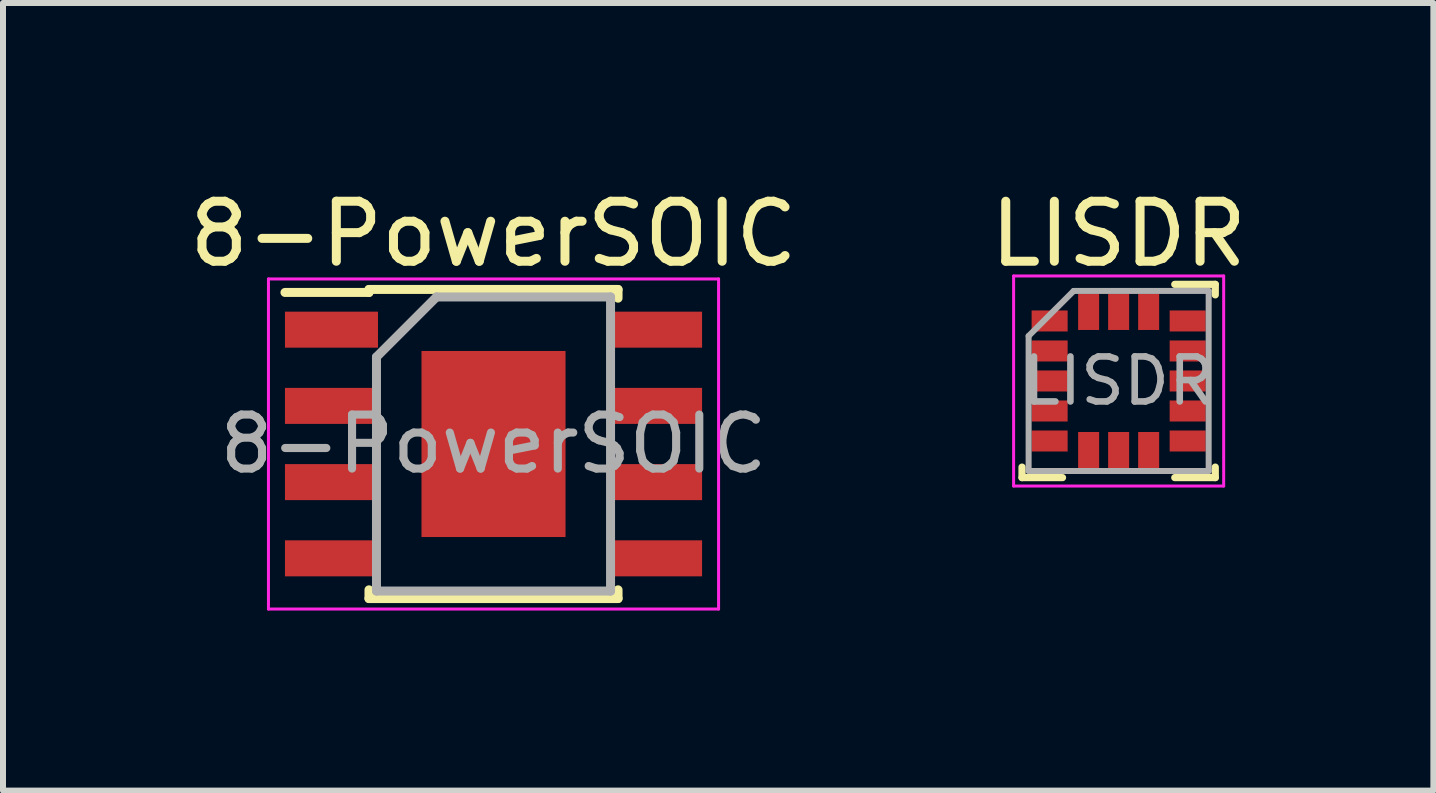
<source format=kicad_pcb>
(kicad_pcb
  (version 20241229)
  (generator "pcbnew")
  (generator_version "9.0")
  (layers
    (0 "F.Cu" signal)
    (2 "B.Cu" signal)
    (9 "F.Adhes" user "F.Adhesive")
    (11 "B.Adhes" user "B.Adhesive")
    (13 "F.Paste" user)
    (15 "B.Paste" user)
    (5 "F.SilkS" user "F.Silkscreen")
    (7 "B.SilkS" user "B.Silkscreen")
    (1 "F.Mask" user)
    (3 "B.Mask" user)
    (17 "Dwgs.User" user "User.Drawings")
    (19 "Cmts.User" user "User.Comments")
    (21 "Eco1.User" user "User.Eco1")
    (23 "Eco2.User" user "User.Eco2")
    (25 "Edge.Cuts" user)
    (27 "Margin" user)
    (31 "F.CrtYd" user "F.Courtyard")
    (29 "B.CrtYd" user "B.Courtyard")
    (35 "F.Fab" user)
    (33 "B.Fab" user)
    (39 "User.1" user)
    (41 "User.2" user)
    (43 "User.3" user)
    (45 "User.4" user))
  (footprint "LISDR"
    (layer "F.Cu")
    (at 15.589 3.298)
    (property "Reference" "LISDR" (at 0 -2.45 0) (layer "F.SilkS") (effects (font (size 1 1) (thickness 0.15))))
    (attr smd)
    (fp_line (start -1.61 1.61) (end -1.61 1.435) (stroke (width 0.12) (type solid)) (layer "F.SilkS"))
    (fp_line (start -0.935 1.61) (end -1.61 1.61) (stroke (width 0.12) (type solid)) (layer "F.SilkS"))
    (fp_line (start 0.935 -1.61) (end 1.61 -1.61) (stroke (width 0.12) (type solid)) (layer "F.SilkS"))
    (fp_line (start 0.935 1.61) (end 1.61 1.61) (stroke (width 0.12) (type solid)) (layer "F.SilkS"))
    (fp_line (start 1.61 -1.61) (end 1.61 -1.435) (stroke (width 0.12) (type solid)) (layer "F.SilkS"))
    (fp_line (start 1.61 1.61) (end 1.61 1.435) (stroke (width 0.12) (type solid)) (layer "F.SilkS"))
    (fp_line (start -1.75 -1.75) (end -1.75 1.75) (stroke (width 0.05) (type solid)) (layer "F.CrtYd"))
    (fp_line (start -1.75 1.75) (end 1.75 1.75) (stroke (width 0.05) (type solid)) (layer "F.CrtYd"))
    (fp_line (start 1.75 -1.75) (end -1.75 -1.75) (stroke (width 0.05) (type solid)) (layer "F.CrtYd"))
    (fp_line (start 1.75 1.75) (end 1.75 -1.75) (stroke (width 0.05) (type solid)) (layer "F.CrtYd"))
    (fp_line (start -1.5 -0.75) (end -0.75 -1.5) (stroke (width 0.1) (type solid)) (layer "F.Fab"))
    (fp_line (start -1.5 1.5) (end -1.5 -0.75) (stroke (width 0.1) (type solid)) (layer "F.Fab"))
    (fp_line (start -0.75 -1.5) (end 1.5 -1.5) (stroke (width 0.1) (type solid)) (layer "F.Fab"))
    (fp_line (start 1.5 -1.5) (end 1.5 1.5) (stroke (width 0.1) (type solid)) (layer "F.Fab"))
    (fp_line (start 1.5 1.5) (end -1.5 1.5) (stroke (width 0.1) (type solid)) (layer "F.Fab"))
    (fp_text user "${REFERENCE}" (at 0 0 0) (layer "F.Fab") (effects (font (size 0.75 0.75) (thickness 0.11))))
    (pad "1" smd rect (at -1.15 -1) (size 0.6 0.35) (layers "F.Cu" "F.Mask" "F.Paste"))
    (pad "2" smd rect (at -1.15 -0.5) (size 0.6 0.35) (layers "F.Cu" "F.Mask" "F.Paste"))
    (pad "3" smd rect (at -1.15 0) (size 0.6 0.35) (layers "F.Cu" "F.Mask" "F.Paste"))
    (pad "4" smd rect (at -1.15 0.5) (size 0.6 0.35) (layers "F.Cu" "F.Mask" "F.Paste"))
    (pad "5" smd rect (at -1.15 1) (size 0.6 0.35) (layers "F.Cu" "F.Mask" "F.Paste"))
    (pad "6" smd rect (at -0.5 1.15) (size 0.35 0.6) (layers "F.Cu" "F.Mask" "F.Paste"))
    (pad "7" smd rect (at 0 1.15) (size 0.35 0.6) (layers "F.Cu" "F.Mask" "F.Paste"))
    (pad "8" smd rect (at 0.5 1.15) (size 0.35 0.6) (layers "F.Cu" "F.Mask" "F.Paste"))
    (pad "9" smd rect (at 1.15 1) (size 0.6 0.35) (layers "F.Cu" "F.Mask" "F.Paste"))
    (pad "10" smd rect (at 1.15 0.5) (size 0.6 0.35) (layers "F.Cu" "F.Mask" "F.Paste"))
    (pad "11" smd rect (at 1.15 0) (size 0.6 0.35) (layers "F.Cu" "F.Mask" "F.Paste"))
    (pad "12" smd rect (at 1.15 -0.5) (size 0.6 0.35) (layers "F.Cu" "F.Mask" "F.Paste"))
    (pad "13" smd rect (at 1.15 -1) (size 0.6 0.35) (layers "F.Cu" "F.Mask" "F.Paste"))
    (pad "14" smd rect (at 0.5 -1.15) (size 0.35 0.6) (layers "F.Cu" "F.Mask" "F.Paste"))
    (pad "15" smd rect (at 0 -1.15) (size 0.35 0.6) (layers "F.Cu" "F.Mask" "F.Paste"))
    (pad "16" smd rect (at -0.5 -1.15) (size 0.35 0.6) (layers "F.Cu" "F.Mask" "F.Paste")))
  (footprint "8-PowerSOIC"
    (layer "F.Cu")
    (at 5.173 4.348)
    (property "Reference" "8-PowerSOIC" (at 0 -3.5 0) (layer "F.SilkS") (effects (font (size 1 1) (thickness 0.15))))
    (attr smd)
    (fp_line (start -2.075 -2.575) (end -2.075 -2.525) (stroke (width 0.15) (type solid)) (layer "F.SilkS"))
    (fp_line (start -2.075 -2.575) (end 2.075 -2.575) (stroke (width 0.15) (type solid)) (layer "F.SilkS"))
    (fp_line (start -2.075 -2.525) (end -3.475 -2.525) (stroke (width 0.15) (type solid)) (layer "F.SilkS"))
    (fp_line (start -2.075 2.575) (end -2.075 2.43) (stroke (width 0.15) (type solid)) (layer "F.SilkS"))
    (fp_line (start -2.075 2.575) (end 2.075 2.575) (stroke (width 0.15) (type solid)) (layer "F.SilkS"))
    (fp_line (start 2.075 -2.575) (end 2.075 -2.43) (stroke (width 0.15) (type solid)) (layer "F.SilkS"))
    (fp_line (start 2.075 2.575) (end 2.075 2.43) (stroke (width 0.15) (type solid)) (layer "F.SilkS"))
    (fp_line (start -3.75 -2.75) (end -3.75 2.75) (stroke (width 0.05) (type solid)) (layer "F.CrtYd"))
    (fp_line (start -3.75 -2.75) (end 3.75 -2.75) (stroke (width 0.05) (type solid)) (layer "F.CrtYd"))
    (fp_line (start -3.75 2.75) (end 3.75 2.75) (stroke (width 0.05) (type solid)) (layer "F.CrtYd"))
    (fp_line (start 3.75 -2.75) (end 3.75 2.75) (stroke (width 0.05) (type solid)) (layer "F.CrtYd"))
    (fp_line (start -1.95 -1.45) (end -0.95 -2.45) (stroke (width 0.15) (type solid)) (layer "F.Fab"))
    (fp_line (start -1.95 2.45) (end -1.95 -1.45) (stroke (width 0.15) (type solid)) (layer "F.Fab"))
    (fp_line (start -0.95 -2.45) (end 1.95 -2.45) (stroke (width 0.15) (type solid)) (layer "F.Fab"))
    (fp_line (start 1.95 -2.45) (end 1.95 2.45) (stroke (width 0.15) (type solid)) (layer "F.Fab"))
    (fp_line (start 1.95 2.45) (end -1.95 2.45) (stroke (width 0.15) (type solid)) (layer "F.Fab"))
    (fp_text user "${REFERENCE}" (at 0 0 0) (layer "F.Fab") (effects (font (size 0.9 0.9) (thickness 0.135))))
    (pad "" smd rect (at -0.588 -0.588) (size 0.95 0.95) (layers "F.Paste"))
    (pad "" smd rect (at -0.588 0.588) (size 0.95 0.95) (layers "F.Paste"))
    (pad "" smd rect (at 0.588 -0.588) (size 0.95 0.95) (layers "F.Paste"))
    (pad "" smd rect (at 0.588 0.588) (size 0.95 0.95) (layers "F.Paste"))
    (pad "1" smd rect (at -2.7 -1.905) (size 1.55 0.6) (layers "F.Cu" "F.Mask" "F.Paste"))
    (pad "2" smd rect (at -2.7 -0.635) (size 1.55 0.6) (layers "F.Cu" "F.Mask" "F.Paste"))
    (pad "3" smd rect (at -2.7 0.635) (size 1.55 0.6) (layers "F.Cu" "F.Mask" "F.Paste"))
    (pad "4" smd rect (at -2.7 1.905) (size 1.55 0.6) (layers "F.Cu" "F.Mask" "F.Paste"))
    (pad "5" smd rect (at 2.7 1.905) (size 1.55 0.6) (layers "F.Cu" "F.Mask" "F.Paste"))
    (pad "6" smd rect (at 2.7 0.635) (size 1.55 0.6) (layers "F.Cu" "F.Mask" "F.Paste"))
    (pad "7" smd rect (at 2.7 -0.635) (size 1.55 0.6) (layers "F.Cu" "F.Mask" "F.Paste"))
    (pad "8" smd rect (at 2.7 -1.905) (size 1.55 0.6) (layers "F.Cu" "F.Mask" "F.Paste"))
    (pad "9" smd rect (at 0 0) (size 2.4 3.1) (layers "F.Cu" "F.Mask")))
  (gr_rect
    (start -3 -3)
    (end 20.833 10.123)
    (stroke (width 0.1) (type default))
    (fill no)
    (layer "Edge.Cuts")))
</source>
